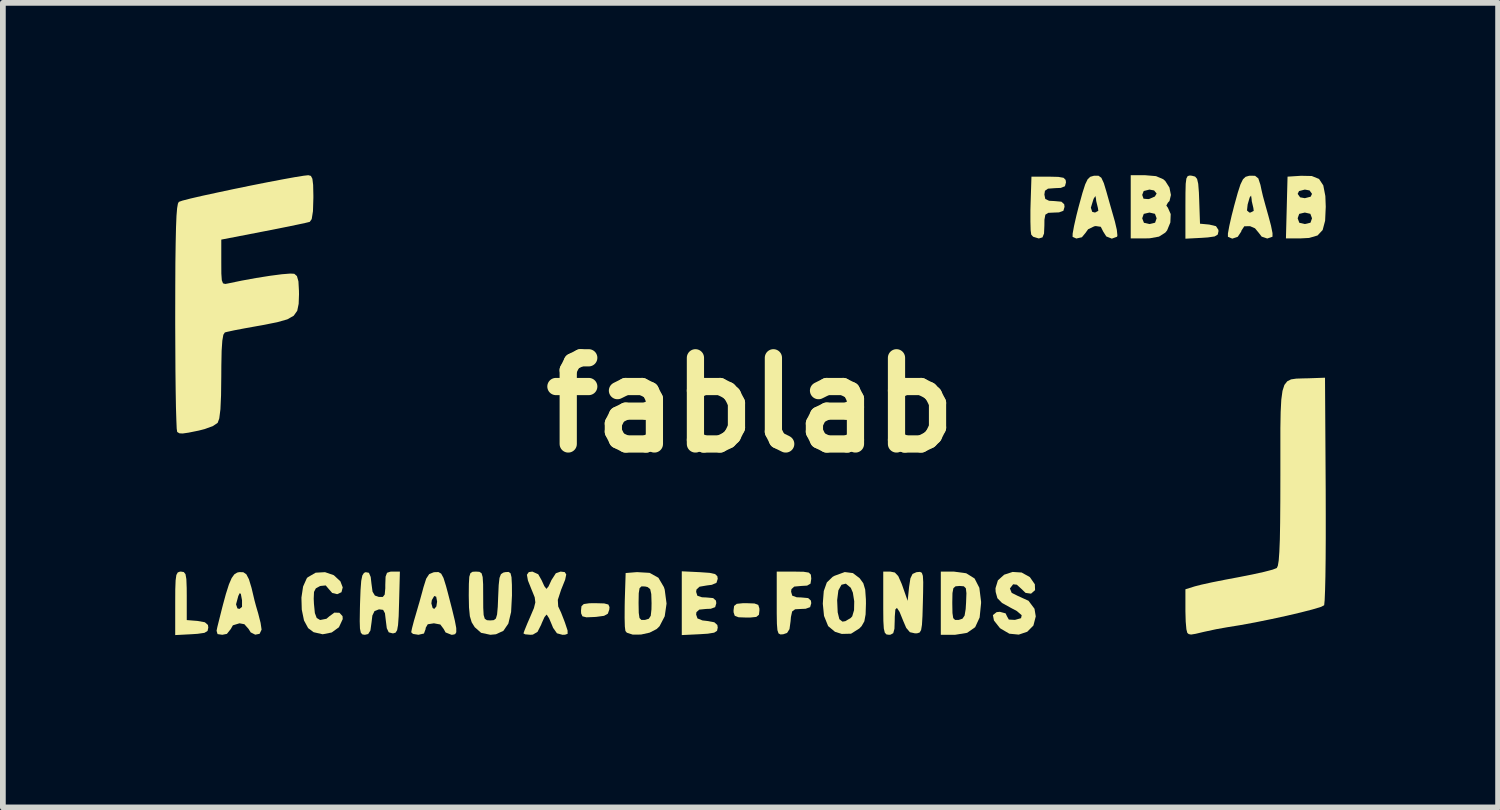
<source format=kicad_pcb>
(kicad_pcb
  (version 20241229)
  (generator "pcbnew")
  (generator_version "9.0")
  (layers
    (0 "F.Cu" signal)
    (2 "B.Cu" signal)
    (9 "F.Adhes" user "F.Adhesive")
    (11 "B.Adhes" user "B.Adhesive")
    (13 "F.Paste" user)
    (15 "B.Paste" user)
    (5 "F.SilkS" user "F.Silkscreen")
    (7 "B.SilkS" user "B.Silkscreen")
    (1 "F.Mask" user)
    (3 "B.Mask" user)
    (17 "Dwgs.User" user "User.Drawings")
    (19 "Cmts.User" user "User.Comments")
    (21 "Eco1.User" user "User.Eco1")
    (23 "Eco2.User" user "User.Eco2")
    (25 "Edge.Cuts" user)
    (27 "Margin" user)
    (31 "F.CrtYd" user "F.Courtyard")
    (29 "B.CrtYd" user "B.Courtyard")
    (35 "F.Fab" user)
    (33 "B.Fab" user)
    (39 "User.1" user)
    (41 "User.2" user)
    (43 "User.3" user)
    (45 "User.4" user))
  (footprint "fablab"
    (layer "F.Cu")
    (at 10.02 4)
    (property "Reference" "fablab" (at 0 0 0) (layer "F.SilkS") (effects (font (size 1.5 1.5) (thickness 0.3))))
    (attr board_only exclude_from_pos_files exclude_from_bom)
    (fp_poly (pts (xy -2.553 3.454) (xy -2.48 3.473) (xy -2.46 3.518) (xy -2.464 3.562) (xy -2.489 3.633) (xy -2.555 3.67) (xy -2.69 3.688) (xy -2.718 3.69) (xy -2.861 3.696) (xy -2.931 3.679) (xy -2.954 3.628) (xy -2.956 3.578) (xy -2.948 3.502) (xy -2.908 3.465) (xy -2.811 3.451) (xy -2.702 3.45)) (stroke (width 0) (type solid)) (fill yes) (layer "F.SilkS"))
    (fp_poly (pts (xy 0.064 3.455) (xy 0.13 3.481) (xy 0.149 3.541) (xy 0.15 3.575) (xy 0.141 3.652) (xy 0.095 3.689) (xy -0.014 3.7) (xy -0.075 3.7) (xy -0.214 3.695) (xy -0.28 3.669) (xy -0.3 3.609) (xy -0.301 3.575) (xy -0.291 3.498) (xy -0.245 3.461) (xy -0.136 3.45) (xy -0.075 3.45)) (stroke (width 0) (type solid)) (fill yes) (layer "F.SilkS"))
    (fp_poly (pts (xy -9.871 2.908) (xy -9.841 2.945) (xy -9.826 3.03) (xy -9.82 3.184) (xy -9.819 3.322) (xy -9.819 3.744) (xy -9.631 3.759) (xy -9.504 3.782) (xy -9.45 3.829) (xy -9.444 3.875) (xy -9.457 3.933) (xy -9.511 3.966) (xy -9.629 3.983) (xy -9.732 3.99) (xy -10.02 4.005) (xy -10.02 3.452) (xy -10.019 3.211) (xy -10.013 3.053) (xy -10 2.959) (xy -9.976 2.915) (xy -9.939 2.901) (xy -9.92 2.9)) (stroke (width 0) (type solid)) (fill yes) (layer "F.SilkS"))
    (fp_poly (pts (xy 7.678 -3.991) (xy 7.734 -3.976) (xy 7.768 -3.936) (xy 7.788 -3.85) (xy 7.8 -3.697) (xy 7.805 -3.566) (xy 7.819 -3.156) (xy 7.98 -3.141) (xy 8.097 -3.113) (xy 8.139 -3.049) (xy 8.141 -3.025) (xy 8.128 -2.967) (xy 8.074 -2.934) (xy 7.955 -2.917) (xy 7.853 -2.91) (xy 7.565 -2.895) (xy 7.565 -3.451) (xy 7.566 -3.693) (xy 7.57 -3.851) (xy 7.582 -3.943) (xy 7.605 -3.985) (xy 7.642 -3.995)) (stroke (width 0) (type solid)) (fill yes) (layer "F.SilkS"))
    (fp_poly (pts (xy 0.918 2.903) (xy 1.008 2.917) (xy 1.045 2.953) (xy 1.052 3.021) (xy 1.052 3.025) (xy 1.039 3.11) (xy 0.98 3.144) (xy 0.877 3.15) (xy 0.756 3.161) (xy 0.707 3.205) (xy 0.701 3.25) (xy 0.721 3.319) (xy 0.798 3.347) (xy 0.877 3.35) (xy 0.998 3.361) (xy 1.046 3.405) (xy 1.052 3.45) (xy 1.032 3.519) (xy 0.954 3.547) (xy 0.88 3.55) (xy 0.771 3.556) (xy 0.719 3.594) (xy 0.698 3.691) (xy 0.692 3.763) (xy 0.673 3.901) (xy 0.631 3.968) (xy 0.564 3.991) (xy 0.515 3.994) (xy 0.482 3.976) (xy 0.463 3.92) (xy 0.454 3.81) (xy 0.451 3.627) (xy 0.451 3.453) (xy 0.451 2.9) (xy 0.751 2.9)) (stroke (width 0) (type solid)) (fill yes) (layer "F.SilkS"))
    (fp_poly (pts (xy 5.353 -3.971) (xy 5.444 -3.955) (xy 5.48 -3.919) (xy 5.486 -3.875) (xy 5.468 -3.808) (xy 5.396 -3.779) (xy 5.298 -3.775) (xy 5.173 -3.766) (xy 5.12 -3.729) (xy 5.11 -3.663) (xy 5.126 -3.586) (xy 5.192 -3.555) (xy 5.285 -3.55) (xy 5.406 -3.539) (xy 5.455 -3.495) (xy 5.461 -3.45) (xy 5.441 -3.381) (xy 5.365 -3.353) (xy 5.285 -3.35) (xy 5.178 -3.345) (xy 5.127 -3.313) (xy 5.111 -3.225) (xy 5.11 -3.125) (xy 5.104 -2.985) (xy 5.077 -2.918) (xy 5.017 -2.9) (xy 5.008 -2.9) (xy 4.914 -2.929) (xy 4.881 -2.966) (xy 4.871 -3.043) (xy 4.867 -3.194) (xy 4.867 -3.392) (xy 4.87 -3.504) (xy 4.885 -3.975) (xy 5.185 -3.975)) (stroke (width 0) (type solid)) (fill yes) (layer "F.SilkS"))
    (fp_poly (pts (xy -0.889 2.91) (xy -0.717 2.922) (xy -0.622 2.943) (xy -0.583 2.98) (xy -0.576 3.025) (xy -0.598 3.095) (xy -0.679 3.13) (xy -0.764 3.141) (xy -0.893 3.163) (xy -0.946 3.212) (xy -0.952 3.253) (xy -0.931 3.32) (xy -0.851 3.347) (xy -0.777 3.35) (xy -0.656 3.361) (xy -0.607 3.405) (xy -0.601 3.45) (xy -0.621 3.519) (xy -0.697 3.547) (xy -0.777 3.55) (xy -0.898 3.562) (xy -0.947 3.606) (xy -0.952 3.647) (xy -0.929 3.715) (xy -0.843 3.75) (xy -0.764 3.759) (xy -0.636 3.782) (xy -0.583 3.829) (xy -0.576 3.875) (xy -0.588 3.931) (xy -0.638 3.963) (xy -0.75 3.981) (xy -0.889 3.99) (xy -1.202 4.005) (xy -1.202 3.45) (xy -1.202 2.895)) (stroke (width 0) (type solid)) (fill yes) (layer "F.SilkS"))
    (fp_poly (pts (xy 3.749 2.929) (xy 3.895 3.02) (xy 3.978 3.182) (xy 4.008 3.423) (xy 4.008 3.45) (xy 3.983 3.699) (xy 3.905 3.868) (xy 3.765 3.966) (xy 3.557 4) (xy 3.534 4) (xy 3.307 4) (xy 3.307 3.453) (xy 3.507 3.453) (xy 3.51 3.621) (xy 3.523 3.71) (xy 3.556 3.742) (xy 3.618 3.741) (xy 3.62 3.741) (xy 3.684 3.72) (xy 3.721 3.666) (xy 3.74 3.552) (xy 3.747 3.438) (xy 3.753 3.276) (xy 3.743 3.19) (xy 3.708 3.156) (xy 3.637 3.15) (xy 3.635 3.15) (xy 3.564 3.156) (xy 3.526 3.189) (xy 3.51 3.274) (xy 3.507 3.432) (xy 3.507 3.453) (xy 3.307 3.453) (xy 3.307 3.45) (xy 3.307 2.9) (xy 3.534 2.9)) (stroke (width 0) (type solid)) (fill yes) (layer "F.SilkS"))
    (fp_poly (pts (xy 9.765 -3.986) (xy 9.891 -3.935) (xy 9.965 -3.823) (xy 10.001 -3.637) (xy 10.008 -3.452) (xy 9.997 -3.208) (xy 9.954 -3.046) (xy 9.865 -2.951) (xy 9.718 -2.908) (xy 9.567 -2.9) (xy 9.315 -2.9) (xy 9.324 -3.25) (xy 9.519 -3.25) (xy 9.548 -3.172) (xy 9.644 -3.15) (xy 9.742 -3.173) (xy 9.769 -3.25) (xy 9.74 -3.328) (xy 9.644 -3.35) (xy 9.546 -3.327) (xy 9.519 -3.25) (xy 9.324 -3.25) (xy 9.329 -3.438) (xy 9.335 -3.675) (xy 9.519 -3.675) (xy 9.562 -3.615) (xy 9.644 -3.6) (xy 9.745 -3.626) (xy 9.769 -3.675) (xy 9.726 -3.735) (xy 9.644 -3.75) (xy 9.543 -3.724) (xy 9.519 -3.675) (xy 9.335 -3.675) (xy 9.343 -3.975) (xy 9.579 -3.99)) (stroke (width 0) (type solid)) (fill yes) (layer "F.SilkS"))
    (fp_poly (pts (xy -7.259 2.963) (xy -7.145 3.069) (xy -7.104 3.175) (xy -7.126 3.259) (xy -7.2 3.293) (xy -7.287 3.272) (xy -7.343 3.208) (xy -7.4 3.141) (xy -7.492 3.15) (xy -7.505 3.155) (xy -7.572 3.192) (xy -7.604 3.254) (xy -7.609 3.372) (xy -7.605 3.461) (xy -7.589 3.622) (xy -7.557 3.707) (xy -7.501 3.741) (xy -7.493 3.742) (xy -7.387 3.721) (xy -7.334 3.676) (xy -7.249 3.614) (xy -7.161 3.617) (xy -7.107 3.676) (xy -7.104 3.727) (xy -7.17 3.869) (xy -7.296 3.96) (xy -7.453 3.991) (xy -7.611 3.955) (xy -7.706 3.884) (xy -7.778 3.751) (xy -7.817 3.562) (xy -7.823 3.353) (xy -7.794 3.16) (xy -7.731 3.019) (xy -7.715 3) (xy -7.575 2.919) (xy -7.412 2.91)) (stroke (width 0) (type solid)) (fill yes) (layer "F.SilkS"))
    (fp_poly (pts (xy 1.777 2.926) (xy 1.895 3.016) (xy 1.958 3.103) (xy 1.991 3.214) (xy 2.003 3.383) (xy 2.004 3.457) (xy 1.998 3.645) (xy 1.976 3.766) (xy 1.928 3.85) (xy 1.888 3.891) (xy 1.745 3.981) (xy 1.583 3.985) (xy 1.465 3.948) (xy 1.346 3.849) (xy 1.274 3.671) (xy 1.253 3.459) (xy 1.257 3.401) (xy 1.503 3.401) (xy 1.512 3.609) (xy 1.541 3.728) (xy 1.595 3.771) (xy 1.645 3.763) (xy 1.738 3.708) (xy 1.765 3.679) (xy 1.797 3.571) (xy 1.8 3.417) (xy 1.776 3.266) (xy 1.74 3.182) (xy 1.654 3.11) (xy 1.578 3.129) (xy 1.524 3.227) (xy 1.503 3.395) (xy 1.503 3.401) (xy 1.257 3.401) (xy 1.27 3.238) (xy 1.323 3.089) (xy 1.423 2.992) (xy 1.457 2.973) (xy 1.635 2.908)) (stroke (width 0) (type solid)) (fill yes) (layer "F.SilkS"))
    (fp_poly (pts (xy -1.762 2.922) (xy -1.609 3.007) (xy -1.513 3.17) (xy -1.499 3.214) (xy -1.467 3.457) (xy -1.499 3.678) (xy -1.589 3.851) (xy -1.639 3.9) (xy -1.762 3.963) (xy -1.912 3.996) (xy -2.056 3.997) (xy -2.158 3.964) (xy -2.183 3.934) (xy -2.193 3.857) (xy -2.197 3.706) (xy -2.196 3.508) (xy -2.195 3.45) (xy -1.954 3.45) (xy -1.951 3.618) (xy -1.938 3.708) (xy -1.905 3.742) (xy -1.845 3.742) (xy -1.841 3.741) (xy -1.776 3.721) (xy -1.742 3.669) (xy -1.73 3.558) (xy -1.728 3.45) (xy -1.733 3.291) (xy -1.752 3.205) (xy -1.797 3.169) (xy -1.841 3.159) (xy -1.903 3.157) (xy -1.937 3.189) (xy -1.951 3.276) (xy -1.954 3.439) (xy -1.954 3.45) (xy -2.195 3.45) (xy -2.194 3.396) (xy -2.179 2.925) (xy -1.982 2.909)) (stroke (width 0) (type solid)) (fill yes) (layer "F.SilkS"))
    (fp_poly (pts (xy -4.724 2.904) (xy -4.687 2.929) (xy -4.668 2.995) (xy -4.66 3.121) (xy -4.659 3.325) (xy -4.658 3.531) (xy -4.651 3.656) (xy -4.631 3.722) (xy -4.594 3.746) (xy -4.536 3.75) (xy -4.475 3.745) (xy -4.438 3.717) (xy -4.417 3.646) (xy -4.405 3.512) (xy -4.398 3.337) (xy -4.389 3.134) (xy -4.375 3.01) (xy -4.35 2.945) (xy -4.308 2.917) (xy -4.271 2.909) (xy -4.216 2.906) (xy -4.183 2.929) (xy -4.166 2.998) (xy -4.159 3.131) (xy -4.158 3.315) (xy -4.173 3.603) (xy -4.221 3.805) (xy -4.307 3.931) (xy -4.437 3.991) (xy -4.534 4) (xy -4.695 3.966) (xy -4.806 3.868) (xy -4.859 3.783) (xy -4.891 3.677) (xy -4.906 3.523) (xy -4.91 3.318) (xy -4.908 3.114) (xy -4.901 2.991) (xy -4.881 2.927) (xy -4.843 2.903) (xy -4.784 2.9)) (stroke (width 0) (type solid)) (fill yes) (layer "F.SilkS"))
    (fp_poly (pts (xy 4.714 2.916) (xy 4.854 2.994) (xy 4.86 3) (xy 4.944 3.121) (xy 4.948 3.223) (xy 4.878 3.284) (xy 4.783 3.271) (xy 4.71 3.201) (xy 4.63 3.128) (xy 4.566 3.121) (xy 4.51 3.194) (xy 4.541 3.27) (xy 4.647 3.323) (xy 4.834 3.408) (xy 4.938 3.547) (xy 4.96 3.68) (xy 4.919 3.839) (xy 4.812 3.947) (xy 4.664 3.997) (xy 4.5 3.981) (xy 4.346 3.891) (xy 4.331 3.877) (xy 4.232 3.751) (xy 4.214 3.657) (xy 4.278 3.606) (xy 4.334 3.6) (xy 4.435 3.627) (xy 4.459 3.678) (xy 4.491 3.735) (xy 4.597 3.741) (xy 4.704 3.711) (xy 4.715 3.659) (xy 4.631 3.587) (xy 4.528 3.532) (xy 4.373 3.446) (xy 4.292 3.363) (xy 4.262 3.254) (xy 4.259 3.19) (xy 4.301 3.052) (xy 4.41 2.954) (xy 4.557 2.906)) (stroke (width 0) (type solid)) (fill yes) (layer "F.SilkS"))
    (fp_poly (pts (xy 2.507 2.916) (xy 2.566 2.978) (xy 2.624 3.109) (xy 2.641 3.155) (xy 2.73 3.409) (xy 2.755 3.167) (xy 2.778 3.017) (xy 2.815 2.941) (xy 2.881 2.911) (xy 2.895 2.909) (xy 2.945 2.905) (xy 2.977 2.921) (xy 2.995 2.975) (xy 3.001 3.084) (xy 2.999 3.264) (xy 2.995 3.434) (xy 2.988 3.672) (xy 2.979 3.827) (xy 2.964 3.918) (xy 2.938 3.961) (xy 2.896 3.974) (xy 2.857 3.975) (xy 2.769 3.955) (xy 2.705 3.88) (xy 2.656 3.766) (xy 2.589 3.601) (xy 2.543 3.532) (xy 2.516 3.559) (xy 2.506 3.682) (xy 2.505 3.742) (xy 2.5 3.895) (xy 2.479 3.972) (xy 2.432 3.998) (xy 2.405 4) (xy 2.361 3.994) (xy 2.332 3.963) (xy 2.315 3.891) (xy 2.307 3.76) (xy 2.305 3.554) (xy 2.305 3.45) (xy 2.305 2.9) (xy 2.428 2.9)) (stroke (width 0) (type solid)) (fill yes) (layer "F.SilkS"))
    (fp_poly (pts (xy -8.835 2.911) (xy -8.782 2.947) (xy -8.737 3.033) (xy -8.691 3.185) (xy -8.64 3.4) (xy -8.614 3.497) (xy -8.574 3.634) (xy -8.57 3.65) (xy -8.534 3.792) (xy -8.517 3.905) (xy -8.517 3.912) (xy -8.551 3.983) (xy -8.627 3.998) (xy -8.706 3.958) (xy -8.742 3.9) (xy -8.816 3.816) (xy -8.901 3.8) (xy -9.016 3.835) (xy -9.053 3.9) (xy -9.12 3.984) (xy -9.2 4) (xy -9.283 3.988) (xy -9.3 3.93) (xy -9.286 3.862) (xy -9.204 3.535) (xy -9.187 3.47) (xy -8.961 3.47) (xy -8.937 3.541) (xy -8.901 3.55) (xy -8.857 3.514) (xy -8.857 3.398) (xy -8.859 3.388) (xy -8.878 3.287) (xy -8.898 3.276) (xy -8.922 3.325) (xy -8.961 3.47) (xy -9.187 3.47) (xy -9.139 3.293) (xy -9.085 3.123) (xy -9.037 3.012) (xy -8.991 2.948) (xy -8.941 2.917) (xy -8.905 2.909)) (stroke (width 0) (type solid)) (fill yes) (layer "F.SilkS"))
    (fp_poly (pts (xy 7.053 -3.984) (xy 7.178 -3.931) (xy 7.214 -3.9) (xy 7.287 -3.785) (xy 7.313 -3.656) (xy 7.288 -3.551) (xy 7.26 -3.522) (xy 7.233 -3.472) (xy 7.26 -3.434) (xy 7.309 -3.324) (xy 7.303 -3.177) (xy 7.246 -3.039) (xy 7.214 -3) (xy 7.105 -2.931) (xy 6.944 -2.902) (xy 6.864 -2.9) (xy 6.613 -2.9) (xy 6.613 -3.25) (xy 6.813 -3.25) (xy 6.843 -3.172) (xy 6.939 -3.15) (xy 7.037 -3.173) (xy 7.064 -3.25) (xy 7.035 -3.328) (xy 6.939 -3.35) (xy 6.84 -3.327) (xy 6.813 -3.25) (xy 6.613 -3.25) (xy 6.613 -3.45) (xy 6.613 -3.657) (xy 6.813 -3.657) (xy 6.836 -3.591) (xy 6.919 -3.584) (xy 6.939 -3.588) (xy 7.033 -3.629) (xy 7.064 -3.681) (xy 7.02 -3.735) (xy 6.939 -3.75) (xy 6.839 -3.725) (xy 6.813 -3.657) (xy 6.613 -3.657) (xy 6.613 -4) (xy 6.864 -4)) (stroke (width 0) (type solid)) (fill yes) (layer "F.SilkS"))
    (fp_poly (pts (xy -5.39 2.936) (xy -5.35 3.01) (xy -5.306 3.151) (xy -5.27 3.285) (xy -5.199 3.561) (xy -5.152 3.755) (xy -5.128 3.882) (xy -5.127 3.955) (xy -5.147 3.989) (xy -5.188 3.999) (xy -5.211 4) (xy -5.314 3.959) (xy -5.346 3.9) (xy -5.405 3.821) (xy -5.517 3.8) (xy -5.624 3.817) (xy -5.66 3.88) (xy -5.661 3.9) (xy -5.69 3.978) (xy -5.786 4) (xy -5.881 3.985) (xy -5.912 3.956) (xy -5.898 3.886) (xy -5.864 3.756) (xy -5.838 3.668) (xy -5.778 3.461) (xy -5.775 3.453) (xy -5.561 3.453) (xy -5.539 3.533) (xy -5.511 3.55) (xy -5.474 3.507) (xy -5.461 3.422) (xy -5.477 3.337) (xy -5.511 3.325) (xy -5.553 3.396) (xy -5.561 3.453) (xy -5.775 3.453) (xy -5.716 3.239) (xy -5.699 3.175) (xy -5.651 3.023) (xy -5.599 2.944) (xy -5.524 2.913) (xy -5.503 2.91) (xy -5.437 2.908)) (stroke (width 0) (type solid)) (fill yes) (layer "F.SilkS"))
    (fp_poly (pts (xy 6.102 -3.955) (xy 6.145 -3.862) (xy 6.189 -3.716) (xy 6.248 -3.507) (xy 6.309 -3.294) (xy 6.338 -3.192) (xy 6.371 -3.05) (xy 6.381 -2.952) (xy 6.375 -2.929) (xy 6.284 -2.896) (xy 6.188 -2.934) (xy 6.135 -3.017) (xy 6.092 -3.102) (xy 6.004 -3.115) (xy 5.977 -3.11) (xy 5.871 -3.059) (xy 5.824 -2.993) (xy 5.763 -2.92) (xy 5.666 -2.898) (xy 5.601 -2.927) (xy 5.602 -2.983) (xy 5.626 -3.115) (xy 5.668 -3.3) (xy 5.702 -3.434) (xy 5.919 -3.434) (xy 5.943 -3.362) (xy 5.992 -3.35) (xy 6.049 -3.38) (xy 6.042 -3.429) (xy 6.012 -3.552) (xy 6.008 -3.592) (xy 5.999 -3.638) (xy 5.97 -3.595) (xy 5.962 -3.575) (xy 5.919 -3.434) (xy 5.702 -3.434) (xy 5.71 -3.464) (xy 5.773 -3.693) (xy 5.821 -3.842) (xy 5.863 -3.929) (xy 5.908 -3.972) (xy 5.966 -3.989) (xy 5.977 -3.991) (xy 6.052 -3.991)) (stroke (width 0) (type solid)) (fill yes) (layer "F.SilkS"))
    (fp_poly (pts (xy -6.123 3.438) (xy -6.13 3.675) (xy -6.141 3.83) (xy -6.157 3.92) (xy -6.184 3.963) (xy -6.224 3.975) (xy -6.237 3.975) (xy -6.303 3.957) (xy -6.337 3.886) (xy -6.353 3.759) (xy -6.369 3.625) (xy -6.401 3.566) (xy -6.465 3.558) (xy -6.478 3.559) (xy -6.551 3.588) (xy -6.588 3.665) (xy -6.603 3.788) (xy -6.622 3.925) (xy -6.661 3.987) (xy -6.718 4) (xy -6.761 3.994) (xy -6.789 3.964) (xy -6.804 3.892) (xy -6.808 3.762) (xy -6.805 3.555) (xy -6.803 3.463) (xy -6.794 3.221) (xy -6.782 3.062) (xy -6.763 2.968) (xy -6.734 2.923) (xy -6.704 2.91) (xy -6.648 2.921) (xy -6.617 2.994) (xy -6.604 3.109) (xy -6.585 3.249) (xy -6.544 3.317) (xy -6.475 3.341) (xy -6.406 3.341) (xy -6.373 3.299) (xy -6.363 3.191) (xy -6.363 3.128) (xy -6.358 2.988) (xy -6.333 2.921) (xy -6.274 2.901) (xy -6.236 2.9) (xy -6.109 2.9)) (stroke (width 0) (type solid)) (fill yes) (layer "F.SilkS"))
    (fp_poly (pts (xy 8.777 -3.99) (xy 8.834 -3.945) (xy 8.871 -3.832) (xy 8.888 -3.75) (xy 8.914 -3.638) (xy 8.96 -3.469) (xy 9.01 -3.291) (xy 9.055 -3.122) (xy 9.081 -2.992) (xy 9.081 -2.93) (xy 9.08 -2.929) (xy 8.99 -2.898) (xy 8.892 -2.931) (xy 8.844 -2.994) (xy 8.776 -3.076) (xy 8.69 -3.113) (xy 8.59 -3.111) (xy 8.541 -3.037) (xy 8.536 -3.018) (xy 8.476 -2.928) (xy 8.381 -2.896) (xy 8.305 -2.928) (xy 8.305 -2.985) (xy 8.329 -3.117) (xy 8.371 -3.302) (xy 8.393 -3.386) (xy 8.637 -3.386) (xy 8.677 -3.351) (xy 8.697 -3.35) (xy 8.754 -3.379) (xy 8.748 -3.429) (xy 8.72 -3.548) (xy 8.717 -3.587) (xy 8.708 -3.646) (xy 8.684 -3.613) (xy 8.649 -3.493) (xy 8.648 -3.487) (xy 8.637 -3.386) (xy 8.393 -3.386) (xy 8.413 -3.466) (xy 8.476 -3.694) (xy 8.524 -3.842) (xy 8.567 -3.929) (xy 8.612 -3.972) (xy 8.67 -3.989) (xy 8.684 -3.991)) (stroke (width 0) (type solid)) (fill yes) (layer "F.SilkS"))
    (fp_poly (pts (xy -3.239 2.909) (xy -3.213 2.95) (xy -3.232 3.041) (xy -3.297 3.203) (xy -3.301 3.212) (xy -3.36 3.392) (xy -3.353 3.507) (xy -3.349 3.515) (xy -3.303 3.614) (xy -3.247 3.757) (xy -3.232 3.799) (xy -3.19 3.925) (xy -3.189 3.983) (xy -3.235 3.999) (xy -3.28 4) (xy -3.375 3.974) (xy -3.442 3.879) (xy -3.464 3.825) (xy -3.512 3.712) (xy -3.551 3.652) (xy -3.557 3.65) (xy -3.592 3.692) (xy -3.639 3.796) (xy -3.65 3.825) (xy -3.713 3.949) (xy -3.794 3.997) (xy -3.836 4) (xy -3.928 3.992) (xy -3.958 3.976) (xy -3.939 3.922) (xy -3.891 3.804) (xy -3.841 3.689) (xy -3.776 3.536) (xy -3.751 3.436) (xy -3.762 3.348) (xy -3.808 3.234) (xy -3.812 3.225) (xy -3.88 3.055) (xy -3.898 2.955) (xy -3.865 2.909) (xy -3.803 2.9) (xy -3.701 2.946) (xy -3.642 3.05) (xy -3.595 3.153) (xy -3.559 3.2) (xy -3.557 3.2) (xy -3.522 3.159) (xy -3.475 3.058) (xy -3.472 3.05) (xy -3.394 2.929) (xy -3.311 2.9)) (stroke (width 0) (type solid)) (fill yes) (layer "F.SilkS"))
    (fp_poly (pts (xy 10.007 1.475) (xy 10.008 1.909) (xy 10.008 2.312) (xy 10.006 2.673) (xy 10.002 2.982) (xy 9.996 3.227) (xy 9.989 3.397) (xy 9.981 3.481) (xy 9.979 3.487) (xy 9.92 3.516) (xy 9.78 3.558) (xy 9.578 3.61) (xy 9.332 3.668) (xy 9.061 3.727) (xy 8.781 3.784) (xy 8.513 3.833) (xy 8.291 3.869) (xy 8.1 3.903) (xy 7.905 3.945) (xy 7.891 3.948) (xy 7.743 3.983) (xy 7.664 3.996) (xy 7.623 3.988) (xy 7.598 3.967) (xy 7.582 3.904) (xy 7.57 3.769) (xy 7.565 3.589) (xy 7.565 3.571) (xy 7.565 3.208) (xy 7.728 3.157) (xy 7.841 3.128) (xy 8.027 3.087) (xy 8.258 3.041) (xy 8.492 2.997) (xy 8.73 2.95) (xy 8.934 2.905) (xy 9.083 2.866) (xy 9.155 2.838) (xy 9.156 2.837) (xy 9.174 2.798) (xy 9.189 2.708) (xy 9.2 2.559) (xy 9.209 2.341) (xy 9.214 2.049) (xy 9.217 1.672) (xy 9.218 1.221) (xy 9.218 0.767) (xy 9.218 0.404) (xy 9.223 0.121) (xy 9.234 -0.092) (xy 9.255 -0.246) (xy 9.288 -0.349) (xy 9.337 -0.412) (xy 9.404 -0.446) (xy 9.493 -0.459) (xy 9.606 -0.463) (xy 9.709 -0.465) (xy 9.995 -0.475)) (stroke (width 0) (type solid)) (fill yes) (layer "F.SilkS"))
    (fp_poly (pts (xy -7.658 -3.988) (xy -7.632 -3.938) (xy -7.619 -3.831) (xy -7.615 -3.647) (xy -7.615 -3.605) (xy -7.622 -3.374) (xy -7.644 -3.236) (xy -7.678 -3.188) (xy -7.747 -3.171) (xy -7.896 -3.139) (xy -8.105 -3.096) (xy -8.355 -3.046) (xy -8.479 -3.022) (xy -9.218 -2.879) (xy -9.218 -2.484) (xy -9.217 -2.288) (xy -9.209 -2.172) (xy -9.188 -2.118) (xy -9.149 -2.107) (xy -9.105 -2.115) (xy -8.863 -2.165) (xy -8.611 -2.211) (xy -8.371 -2.249) (xy -8.165 -2.276) (xy -8.016 -2.288) (xy -7.947 -2.284) (xy -7.901 -2.244) (xy -7.875 -2.152) (xy -7.866 -1.988) (xy -7.865 -1.928) (xy -7.871 -1.761) (xy -7.896 -1.64) (xy -7.957 -1.554) (xy -8.068 -1.491) (xy -8.245 -1.441) (xy -8.501 -1.39) (xy -8.592 -1.374) (xy -8.809 -1.335) (xy -8.993 -1.3) (xy -9.117 -1.273) (xy -9.156 -1.263) (xy -9.182 -1.223) (xy -9.2 -1.12) (xy -9.212 -0.944) (xy -9.217 -0.683) (xy -9.218 -0.504) (xy -9.222 -0.168) (xy -9.233 0.075) (xy -9.253 0.233) (xy -9.281 0.311) (xy -9.363 0.366) (xy -9.507 0.419) (xy -9.609 0.445) (xy -9.786 0.481) (xy -9.89 0.496) (xy -9.946 0.493) (xy -9.98 0.473) (xy -9.986 0.467) (xy -9.994 0.411) (xy -10 0.266) (xy -10.007 0.043) (xy -10.012 -0.247) (xy -10.016 -0.593) (xy -10.018 -0.985) (xy -10.02 -1.411) (xy -10.02 -1.527) (xy -10.019 -2.05) (xy -10.017 -2.48) (xy -10.012 -2.825) (xy -10.006 -3.092) (xy -9.998 -3.29) (xy -9.987 -3.425) (xy -9.973 -3.505) (xy -9.957 -3.536) (xy -9.894 -3.558) (xy -9.75 -3.595) (xy -9.542 -3.643) (xy -9.288 -3.698) (xy -9.006 -3.758) (xy -8.714 -3.818) (xy -8.427 -3.875) (xy -8.165 -3.925) (xy -7.945 -3.965) (xy -7.784 -3.991) (xy -7.703 -4)) (stroke (width 0) (type solid)) (fill yes) (layer "F.SilkS")))
  (gr_rect
    (start -3 -3)
    (end 23.028 11.005)
    (stroke (width 0.1) (type default))
    (fill no)
    (layer "Edge.Cuts")))
</source>
